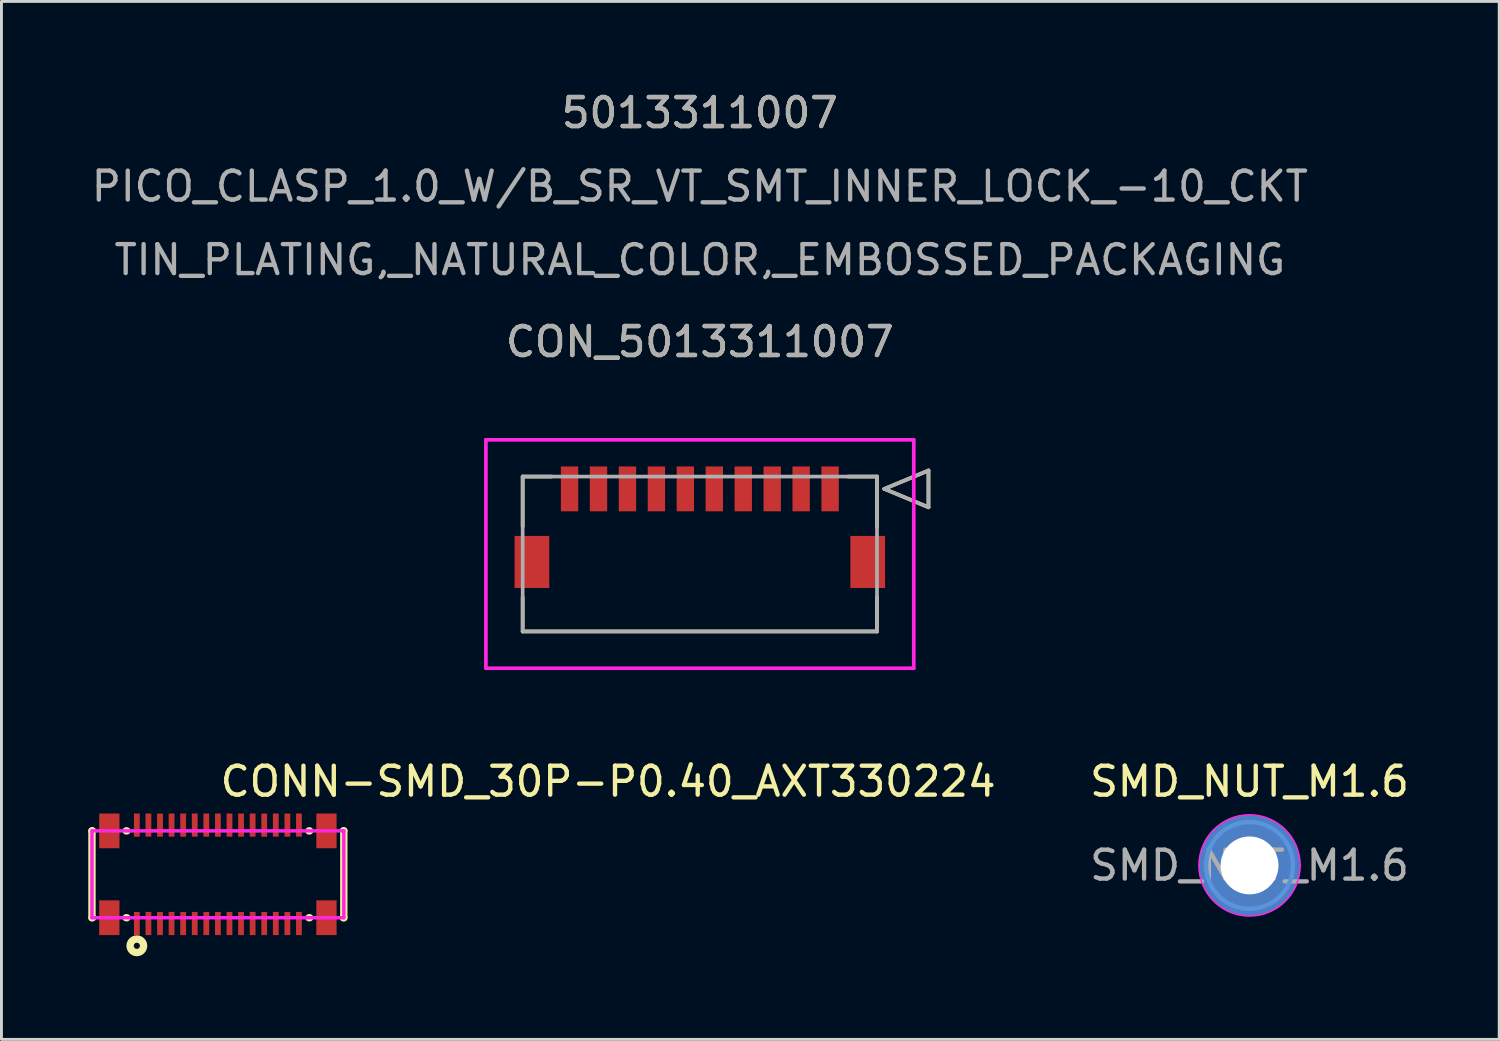
<source format=kicad_pcb>
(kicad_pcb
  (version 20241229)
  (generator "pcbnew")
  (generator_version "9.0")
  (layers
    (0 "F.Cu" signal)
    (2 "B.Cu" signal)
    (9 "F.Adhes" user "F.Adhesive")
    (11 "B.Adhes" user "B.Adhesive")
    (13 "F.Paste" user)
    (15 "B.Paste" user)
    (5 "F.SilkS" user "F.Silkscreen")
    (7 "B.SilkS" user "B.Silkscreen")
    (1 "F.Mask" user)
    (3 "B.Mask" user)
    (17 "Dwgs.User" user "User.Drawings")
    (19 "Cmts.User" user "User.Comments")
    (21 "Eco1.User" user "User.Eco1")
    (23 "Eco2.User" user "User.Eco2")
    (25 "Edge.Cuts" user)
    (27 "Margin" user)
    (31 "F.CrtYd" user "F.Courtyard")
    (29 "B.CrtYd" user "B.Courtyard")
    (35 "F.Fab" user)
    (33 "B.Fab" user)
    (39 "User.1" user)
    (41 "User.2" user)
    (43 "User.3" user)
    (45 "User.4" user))
  (footprint "SMD_NUT_M1.6"
    (layer "F.Cu")
    (at 40.114 26.845)
    (property "Reference" "SMD_NUT_M1.6" (at 0 -2.9 0) (layer "F.SilkS") (effects (font (size 1 1) (thickness 0.15))))
    (attr through_hole)
    (fp_circle (center 0 0) (end 1.5 0) (stroke (width 0.15) (type solid)) (fill no) (layer "Cmts.User"))
    (fp_circle (center 0 0) (end 1.75 0) (stroke (width 0.05) (type solid)) (fill no) (layer "F.CrtYd"))
    (fp_text user "${REFERENCE}" (at 0 0 0) (layer "F.Fab") (effects (font (size 1 1) (thickness 0.15))))
    (pad "1" thru_hole circle (at 0 0) (size 3.5 3.5) (drill 2) (layers "*.Cu" "*.Mask" "F.Paste")))
  (footprint "CONN-SMD_30P-P0.40_AXT330224"
    (layer "F.Cu")
    (at 4.477 27.152)
    (property "Reference" "CONN-SMD_30P-P0.40_AXT330224" (at 0 -3.207 0) (layer "F.SilkS") (effects (font (size 1 1) (thickness 0.15)) (justify left)))
    (attr smd)
    (fp_line (start -4.35 -1.5) (end -4.35 1.5) (stroke (width 0.254) (type solid)) (layer "F.SilkS"))
    (fp_line (start -4.35 -1.5) (end -4.331 -1.5) (stroke (width 0.254) (type solid)) (layer "F.SilkS"))
    (fp_line (start -4.35 1.5) (end -4.331 1.5) (stroke (width 0.254) (type solid)) (layer "F.SilkS"))
    (fp_line (start -3.169 -1.5) (end -3.146 -1.5) (stroke (width 0.254) (type solid)) (layer "F.SilkS"))
    (fp_line (start -3.169 1.5) (end -3.146 1.5) (stroke (width 0.254) (type solid)) (layer "F.SilkS"))
    (fp_line (start 3.146 -1.5) (end 3.169 -1.5) (stroke (width 0.254) (type solid)) (layer "F.SilkS"))
    (fp_line (start 3.146 1.5) (end 3.169 1.5) (stroke (width 0.254) (type solid)) (layer "F.SilkS"))
    (fp_line (start 4.331 -1.5) (end 4.35 -1.5) (stroke (width 0.254) (type solid)) (layer "F.SilkS"))
    (fp_line (start 4.331 1.5) (end 4.35 1.5) (stroke (width 0.254) (type solid)) (layer "F.SilkS"))
    (fp_line (start 4.35 -1.5) (end 4.35 1.5) (stroke (width 0.254) (type solid)) (layer "F.SilkS"))
    (fp_circle (center -2.8 2.47) (end -2.694 2.47) (stroke (width 0.254) (type solid)) (fill no) (layer "F.SilkS"))
    (fp_circle (center -4.35 1.8) (end -4.32 1.8) (stroke (width 0.06) (type solid)) (fill no) (layer "Eco2.User"))
    (fp_poly (pts (xy -2.875 -1.8) (xy -2.725 -1.8) (xy -2.725 -1.3) (xy -2.875 -1.3)) (stroke (width 0.12) (type solid)) (fill no) (layer "Eco2.User"))
    (fp_poly (pts (xy -2.875 1.3) (xy -2.725 1.3) (xy -2.725 1.8) (xy -2.875 1.8)) (stroke (width 0.12) (type solid)) (fill no) (layer "Eco2.User"))
    (fp_poly (pts (xy -2.475 -1.8) (xy -2.325 -1.8) (xy -2.325 -1.3) (xy -2.475 -1.3)) (stroke (width 0.12) (type solid)) (fill no) (layer "Eco2.User"))
    (fp_poly (pts (xy -2.475 1.3) (xy -2.325 1.3) (xy -2.325 1.8) (xy -2.475 1.8)) (stroke (width 0.12) (type solid)) (fill no) (layer "Eco2.User"))
    (fp_poly (pts (xy -2.075 -1.8) (xy -1.925 -1.8) (xy -1.925 -1.3) (xy -2.075 -1.3)) (stroke (width 0.12) (type solid)) (fill no) (layer "Eco2.User"))
    (fp_poly (pts (xy -2.075 1.3) (xy -1.925 1.3) (xy -1.925 1.8) (xy -2.075 1.8)) (stroke (width 0.12) (type solid)) (fill no) (layer "Eco2.User"))
    (fp_poly (pts (xy -1.675 -1.8) (xy -1.525 -1.8) (xy -1.525 -1.3) (xy -1.675 -1.3)) (stroke (width 0.12) (type solid)) (fill no) (layer "Eco2.User"))
    (fp_poly (pts (xy -1.675 1.3) (xy -1.525 1.3) (xy -1.525 1.8) (xy -1.675 1.8)) (stroke (width 0.12) (type solid)) (fill no) (layer "Eco2.User"))
    (fp_poly (pts (xy -1.275 -1.8) (xy -1.125 -1.8) (xy -1.125 -1.3) (xy -1.275 -1.3)) (stroke (width 0.12) (type solid)) (fill no) (layer "Eco2.User"))
    (fp_poly (pts (xy -1.275 1.3) (xy -1.125 1.3) (xy -1.125 1.8) (xy -1.275 1.8)) (stroke (width 0.12) (type solid)) (fill no) (layer "Eco2.User"))
    (fp_poly (pts (xy -0.875 -1.8) (xy -0.725 -1.8) (xy -0.725 -1.3) (xy -0.875 -1.3)) (stroke (width 0.12) (type solid)) (fill no) (layer "Eco2.User"))
    (fp_poly (pts (xy -0.875 1.3) (xy -0.725 1.3) (xy -0.725 1.8) (xy -0.875 1.8)) (stroke (width 0.12) (type solid)) (fill no) (layer "Eco2.User"))
    (fp_poly (pts (xy -0.475 -1.8) (xy -0.325 -1.8) (xy -0.325 -1.3) (xy -0.475 -1.3)) (stroke (width 0.12) (type solid)) (fill no) (layer "Eco2.User"))
    (fp_poly (pts (xy -0.475 1.3) (xy -0.325 1.3) (xy -0.325 1.8) (xy -0.475 1.8)) (stroke (width 0.12) (type solid)) (fill no) (layer "Eco2.User"))
    (fp_poly (pts (xy -0.075 -1.8) (xy 0.075 -1.8) (xy 0.075 -1.3) (xy -0.075 -1.3)) (stroke (width 0.12) (type solid)) (fill no) (layer "Eco2.User"))
    (fp_poly (pts (xy -0.075 1.3) (xy 0.075 1.3) (xy 0.075 1.8) (xy -0.075 1.8)) (stroke (width 0.12) (type solid)) (fill no) (layer "Eco2.User"))
    (fp_poly (pts (xy 0.325 -1.8) (xy 0.475 -1.8) (xy 0.475 -1.3) (xy 0.325 -1.3)) (stroke (width 0.12) (type solid)) (fill no) (layer "Eco2.User"))
    (fp_poly (pts (xy 0.325 1.3) (xy 0.475 1.3) (xy 0.475 1.8) (xy 0.325 1.8)) (stroke (width 0.12) (type solid)) (fill no) (layer "Eco2.User"))
    (fp_poly (pts (xy 0.725 -1.8) (xy 0.875 -1.8) (xy 0.875 -1.3) (xy 0.725 -1.3)) (stroke (width 0.12) (type solid)) (fill no) (layer "Eco2.User"))
    (fp_poly (pts (xy 0.725 1.3) (xy 0.875 1.3) (xy 0.875 1.8) (xy 0.725 1.8)) (stroke (width 0.12) (type solid)) (fill no) (layer "Eco2.User"))
    (fp_poly (pts (xy 1.125 -1.8) (xy 1.275 -1.8) (xy 1.275 -1.3) (xy 1.125 -1.3)) (stroke (width 0.12) (type solid)) (fill no) (layer "Eco2.User"))
    (fp_poly (pts (xy 1.125 1.3) (xy 1.275 1.3) (xy 1.275 1.8) (xy 1.125 1.8)) (stroke (width 0.12) (type solid)) (fill no) (layer "Eco2.User"))
    (fp_poly (pts (xy 1.525 -1.8) (xy 1.675 -1.8) (xy 1.675 -1.3) (xy 1.525 -1.3)) (stroke (width 0.12) (type solid)) (fill no) (layer "Eco2.User"))
    (fp_poly (pts (xy 1.525 1.3) (xy 1.675 1.3) (xy 1.675 1.8) (xy 1.525 1.8)) (stroke (width 0.12) (type solid)) (fill no) (layer "Eco2.User"))
    (fp_poly (pts (xy 1.925 -1.8) (xy 2.075 -1.8) (xy 2.075 -1.3) (xy 1.925 -1.3)) (stroke (width 0.12) (type solid)) (fill no) (layer "Eco2.User"))
    (fp_poly (pts (xy 1.925 1.3) (xy 2.075 1.3) (xy 2.075 1.8) (xy 1.925 1.8)) (stroke (width 0.12) (type solid)) (fill no) (layer "Eco2.User"))
    (fp_poly (pts (xy 2.325 -1.8) (xy 2.475 -1.8) (xy 2.475 -1.3) (xy 2.325 -1.3)) (stroke (width 0.12) (type solid)) (fill no) (layer "Eco2.User"))
    (fp_poly (pts (xy 2.325 1.3) (xy 2.475 1.3) (xy 2.475 1.8) (xy 2.325 1.8)) (stroke (width 0.12) (type solid)) (fill no) (layer "Eco2.User"))
    (fp_poly (pts (xy 2.725 -1.8) (xy 2.875 -1.8) (xy 2.875 -1.3) (xy 2.725 -1.3)) (stroke (width 0.12) (type solid)) (fill no) (layer "Eco2.User"))
    (fp_poly (pts (xy 2.725 1.3) (xy 2.875 1.3) (xy 2.875 1.8) (xy 2.725 1.8)) (stroke (width 0.12) (type solid)) (fill no) (layer "Eco2.User"))
    (fp_poly (pts (xy -3.9 -1.8) (xy -3.598 -1.8) (xy -3.598 -1.499) (xy -3.42 -1.499) (xy -3.42 -0.9) (xy -4.079 -0.9) (xy -4.079 -1.498) (xy -3.9 -1.498) (xy -3.9 -1.504)) (stroke (width 0.12) (type solid)) (fill no) (layer "Eco2.User"))
    (fp_poly (pts (xy -3.599 1.8) (xy -3.901 1.8) (xy -3.901 1.499) (xy -4.08 1.499) (xy -4.08 0.901) (xy -3.421 0.901) (xy -3.421 1.498) (xy -3.6 1.498) (xy -3.6 1.504)) (stroke (width 0.12) (type solid)) (fill no) (layer "Eco2.User"))
    (fp_poly (pts (xy 3.6 -1.8) (xy 3.902 -1.8) (xy 3.902 -1.499) (xy 4.08 -1.499) (xy 4.08 -0.9) (xy 3.421 -0.9) (xy 3.421 -1.498) (xy 3.6 -1.498) (xy 3.6 -1.504)) (stroke (width 0.12) (type solid)) (fill no) (layer "Eco2.User"))
    (fp_poly (pts (xy 3.901 1.8) (xy 3.599 1.8) (xy 3.599 1.499) (xy 3.42 1.499) (xy 3.42 0.9) (xy 4.079 0.9) (xy 4.079 1.498) (xy 3.9 1.498) (xy 3.9 1.504)) (stroke (width 0.12) (type solid)) (fill no) (layer "Eco2.User"))
    (fp_line (start -4.35 -1.5) (end 4.35 -1.5) (stroke (width 0.12) (type solid)) (layer "F.CrtYd"))
    (fp_line (start -4.35 1.5) (end -4.35 -1.5) (stroke (width 0.12) (type solid)) (layer "F.CrtYd"))
    (fp_line (start 4.35 -1.5) (end 4.35 1.5) (stroke (width 0.12) (type solid)) (layer "F.CrtYd"))
    (fp_line (start 4.35 1.5) (end -4.35 1.5) (stroke (width 0.12) (type solid)) (layer "F.CrtYd"))
    (pad "" smd rect (at -3.75 -1.5) (size 0.7 1.2) (layers "F.Cu" "F.Mask" "F.Paste"))
    (pad "" smd rect (at -3.75 1.5) (size 0.7 1.2) (layers "F.Cu" "F.Mask" "F.Paste"))
    (pad "" smd rect (at 3.75 -1.5) (size 0.7 1.2) (layers "F.Cu" "F.Mask" "F.Paste"))
    (pad "" smd rect (at 3.75 1.5) (size 0.7 1.2) (layers "F.Cu" "F.Mask" "F.Paste"))
    (pad "1" smd rect (at -2.8 1.7) (size 0.2 0.8) (layers "F.Cu" "F.Mask" "F.Paste"))
    (pad "2" smd rect (at -2.4 1.7) (size 0.2 0.8) (layers "F.Cu" "F.Mask" "F.Paste"))
    (pad "3" smd rect (at -2 1.7) (size 0.2 0.8) (layers "F.Cu" "F.Mask" "F.Paste"))
    (pad "4" smd rect (at -1.6 1.7) (size 0.2 0.8) (layers "F.Cu" "F.Mask" "F.Paste"))
    (pad "5" smd rect (at -1.2 1.7) (size 0.2 0.8) (layers "F.Cu" "F.Mask" "F.Paste"))
    (pad "6" smd rect (at -0.8 1.7) (size 0.2 0.8) (layers "F.Cu" "F.Mask" "F.Paste"))
    (pad "7" smd rect (at -0.4 1.7) (size 0.2 0.8) (layers "F.Cu" "F.Mask" "F.Paste"))
    (pad "8" smd rect (at 0 1.7) (size 0.2 0.8) (layers "F.Cu" "F.Mask" "F.Paste"))
    (pad "9" smd rect (at 0.4 1.7) (size 0.2 0.8) (layers "F.Cu" "F.Mask" "F.Paste"))
    (pad "10" smd rect (at 0.8 1.7) (size 0.2 0.8) (layers "F.Cu" "F.Mask" "F.Paste"))
    (pad "11" smd rect (at 1.2 1.7) (size 0.2 0.8) (layers "F.Cu" "F.Mask" "F.Paste"))
    (pad "12" smd rect (at 1.6 1.7) (size 0.2 0.8) (layers "F.Cu" "F.Mask" "F.Paste"))
    (pad "13" smd rect (at 2 1.7) (size 0.2 0.8) (layers "F.Cu" "F.Mask" "F.Paste"))
    (pad "14" smd rect (at 2.4 1.7) (size 0.2 0.8) (layers "F.Cu" "F.Mask" "F.Paste"))
    (pad "15" smd rect (at 2.8 1.7) (size 0.2 0.8) (layers "F.Cu" "F.Mask" "F.Paste"))
    (pad "16" smd rect (at 2.8 -1.7) (size 0.2 0.8) (layers "F.Cu" "F.Mask" "F.Paste"))
    (pad "17" smd rect (at 2.4 -1.7) (size 0.2 0.8) (layers "F.Cu" "F.Mask" "F.Paste"))
    (pad "18" smd rect (at 2 -1.7) (size 0.2 0.8) (layers "F.Cu" "F.Mask" "F.Paste"))
    (pad "19" smd rect (at 1.6 -1.7) (size 0.2 0.8) (layers "F.Cu" "F.Mask" "F.Paste"))
    (pad "20" smd rect (at 1.2 -1.7) (size 0.2 0.8) (layers "F.Cu" "F.Mask" "F.Paste"))
    (pad "21" smd rect (at 0.8 -1.7) (size 0.2 0.8) (layers "F.Cu" "F.Mask" "F.Paste"))
    (pad "22" smd rect (at 0.4 -1.7) (size 0.2 0.8) (layers "F.Cu" "F.Mask" "F.Paste"))
    (pad "23" smd rect (at 0 -1.7) (size 0.2 0.8) (layers "F.Cu" "F.Mask" "F.Paste"))
    (pad "24" smd rect (at -0.4 -1.7) (size 0.2 0.8) (layers "F.Cu" "F.Mask" "F.Paste"))
    (pad "25" smd rect (at -0.8 -1.7) (size 0.2 0.8) (layers "F.Cu" "F.Mask" "F.Paste"))
    (pad "26" smd rect (at -1.2 -1.7) (size 0.2 0.8) (layers "F.Cu" "F.Mask" "F.Paste"))
    (pad "27" smd rect (at -1.6 -1.7) (size 0.2 0.8) (layers "F.Cu" "F.Mask" "F.Paste"))
    (pad "28" smd rect (at -2 -1.7) (size 0.2 0.8) (layers "F.Cu" "F.Mask" "F.Paste"))
    (pad "29" smd rect (at -2.4 -1.7) (size 0.2 0.8) (layers "F.Cu" "F.Mask" "F.Paste"))
    (pad "30" smd rect (at -2.8 -1.7) (size 0.2 0.8) (layers "F.Cu" "F.Mask" "F.Paste")))
  (footprint "CON_5013311007"
    (layer "F.Cu")
    (at 25.625 13.838)
    (property "Reference" "CON_5013311007" (at -4.5 -5.08 0) (unlocked yes) (layer "F.SilkS") (effects (font (size 1 1) (thickness 0.15))))
    (attr smd)
    (fp_line (start -10.62 -0.425) (end -10.62 1.305) (stroke (width 0.127) (type solid)) (layer "F.SilkS"))
    (fp_line (start -10.62 3.745) (end -10.62 4.925) (stroke (width 0.127) (type solid)) (layer "F.SilkS"))
    (fp_line (start -10.62 4.925) (end 1.62 4.925) (stroke (width 0.127) (type solid)) (layer "F.SilkS"))
    (fp_line (start -9.62 -0.425) (end -10.62 -0.425) (stroke (width 0.127) (type solid)) (layer "F.SilkS"))
    (fp_line (start 1.62 -0.425) (end 0.62 -0.425) (stroke (width 0.127) (type solid)) (layer "F.SilkS"))
    (fp_line (start 1.62 1.305) (end 1.62 -0.425) (stroke (width 0.127) (type solid)) (layer "F.SilkS"))
    (fp_line (start 1.62 4.925) (end 1.62 3.745) (stroke (width 0.127) (type solid)) (layer "F.SilkS"))
    (fp_line (start 1.874 0) (end 3.398 -0.635) (stroke (width 0.127) (type solid)) (layer "F.SilkS"))
    (fp_line (start 3.398 -0.635) (end 3.398 0.635) (stroke (width 0.127) (type solid)) (layer "F.SilkS"))
    (fp_line (start 3.398 0.635) (end 1.874 0) (stroke (width 0.127) (type solid)) (layer "F.SilkS"))
    (fp_line (start -11.89 -1.695) (end -11.89 6.195) (stroke (width 0.127) (type solid)) (layer "F.CrtYd"))
    (fp_line (start -11.89 6.195) (end 2.89 6.195) (stroke (width 0.127) (type solid)) (layer "F.CrtYd"))
    (fp_line (start 2.89 -1.695) (end -11.89 -1.695) (stroke (width 0.127) (type solid)) (layer "F.CrtYd"))
    (fp_line (start 2.89 6.195) (end 2.89 -1.695) (stroke (width 0.127) (type solid)) (layer "F.CrtYd"))
    (fp_line (start -10.62 -0.425) (end -10.62 4.925) (stroke (width 0.127) (type solid)) (layer "F.Fab"))
    (fp_line (start -10.62 4.925) (end 1.62 4.925) (stroke (width 0.127) (type solid)) (layer "F.Fab"))
    (fp_line (start 1.62 -0.425) (end -10.62 -0.425) (stroke (width 0.127) (type solid)) (layer "F.Fab"))
    (fp_line (start 1.62 4.925) (end 1.62 -0.425) (stroke (width 0.127) (type solid)) (layer "F.Fab"))
    (fp_line (start 1.874 0) (end 3.398 -0.635) (stroke (width 0.127) (type solid)) (layer "F.Fab"))
    (fp_line (start 3.398 -0.635) (end 3.398 0.635) (stroke (width 0.127) (type solid)) (layer "F.Fab"))
    (fp_line (start 3.398 0.635) (end 1.874 0) (stroke (width 0.127) (type solid)) (layer "F.Fab"))
    (fp_text user "5013311007" (at -4.5 -12.99 0) (unlocked yes) (layer "F.SilkS") (effects (font (size 1 1) (thickness 0.15))))
    (fp_text user "TIN_PLATING,_NATURAL_COLOR,_EMBOSSED_PACKAGING" (at -4.5 -7.91 0) (unlocked yes) (layer "F.Fab") (effects (font (size 1 1) (thickness 0.15))))
    (fp_text user "${REFERENCE}" (at -4.5 -5.08 0) (unlocked yes) (layer "F.Fab") (effects (font (size 1 1) (thickness 0.15))))
    (fp_text user "PICO_CLASP_1.0_W/B_SR_VT_SMT_INNER_LOCK_-10_CKT" (at -4.5 -10.45 0) (unlocked yes) (layer "F.Fab") (effects (font (size 1 1) (thickness 0.15))))
    (fp_text user "5013311007" (at -4.5 -12.99 0) (unlocked yes) (layer "F.Fab") (effects (font (size 1 1) (thickness 0.15))))
    (pad "1" smd rect (at 0 0) (size 0.6 1.55) (layers "F.Cu" "F.Mask" "F.Paste"))
    (pad "2" smd rect (at -1 0) (size 0.6 1.55) (layers "F.Cu" "F.Mask" "F.Paste"))
    (pad "3" smd rect (at -2 0) (size 0.6 1.55) (layers "F.Cu" "F.Mask" "F.Paste"))
    (pad "4" smd rect (at -3 0) (size 0.6 1.55) (layers "F.Cu" "F.Mask" "F.Paste"))
    (pad "5" smd rect (at -4 0) (size 0.6 1.55) (layers "F.Cu" "F.Mask" "F.Paste"))
    (pad "6" smd rect (at -5 0) (size 0.6 1.55) (layers "F.Cu" "F.Mask" "F.Paste"))
    (pad "7" smd rect (at -6 0) (size 0.6 1.55) (layers "F.Cu" "F.Mask" "F.Paste"))
    (pad "8" smd rect (at -7 0) (size 0.6 1.55) (layers "F.Cu" "F.Mask" "F.Paste"))
    (pad "9" smd rect (at -8 0) (size 0.6 1.55) (layers "F.Cu" "F.Mask" "F.Paste"))
    (pad "10" smd rect (at -9 0) (size 0.6 1.55) (layers "F.Cu" "F.Mask" "F.Paste"))
    (pad "11" smd rect (at 1.3 2.525) (size 1.2 1.8) (layers "F.Cu" "F.Mask" "F.Paste"))
    (pad "12" smd rect (at -10.3 2.525) (size 1.2 1.8) (layers "F.Cu" "F.Mask" "F.Paste")))
  (gr_rect
    (start -3 -3)
    (end 48.739 32.855)
    (stroke (width 0.1) (type default))
    (fill no)
    (layer "Edge.Cuts")))
</source>
